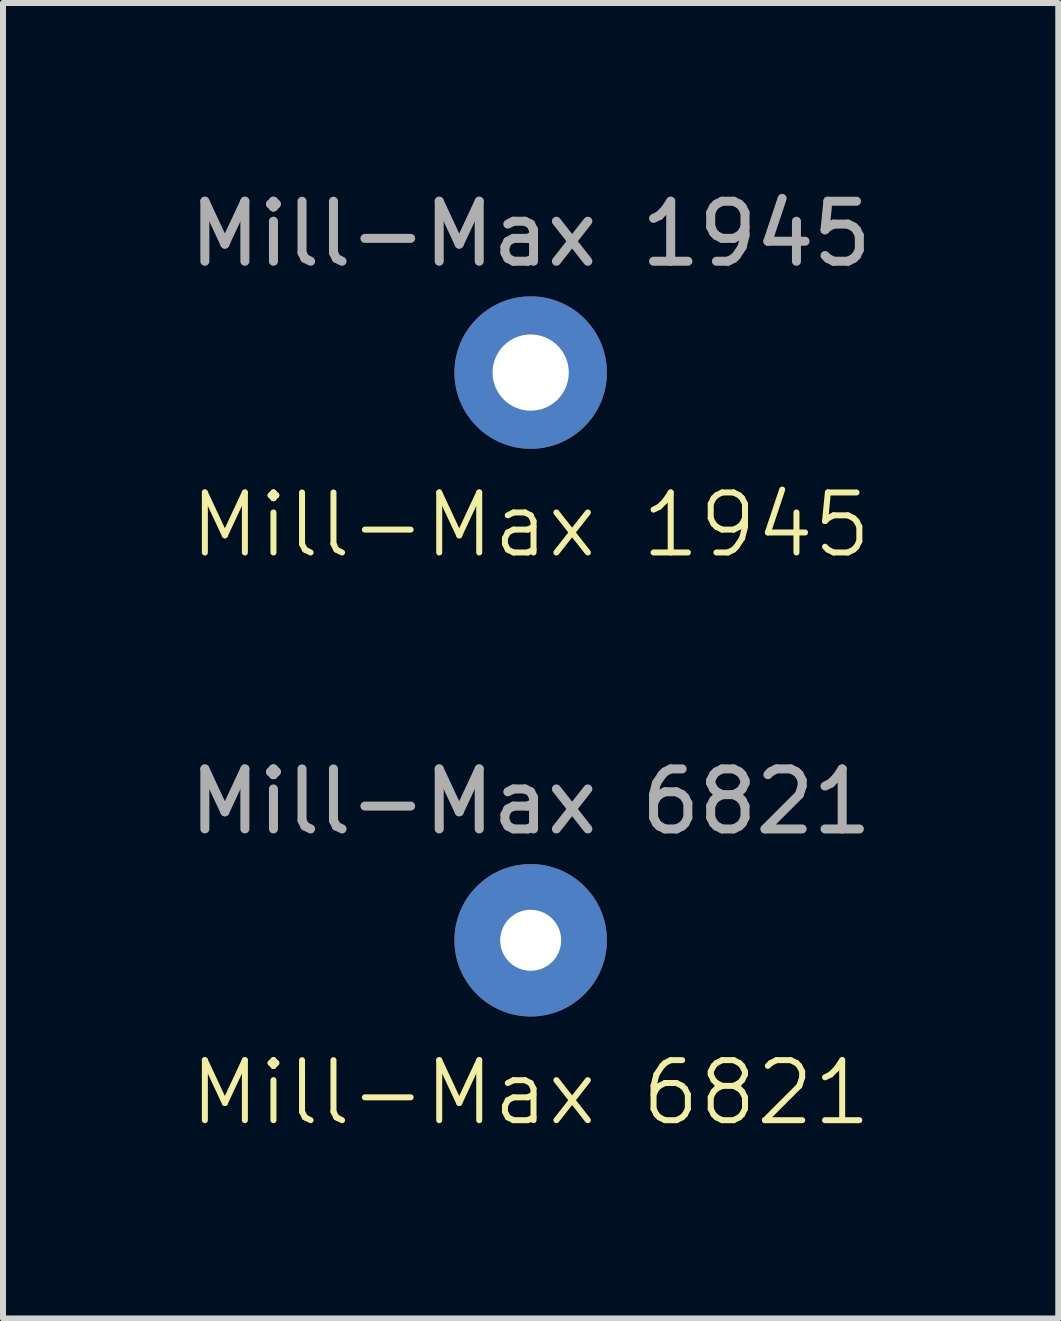
<source format=kicad_pcb>
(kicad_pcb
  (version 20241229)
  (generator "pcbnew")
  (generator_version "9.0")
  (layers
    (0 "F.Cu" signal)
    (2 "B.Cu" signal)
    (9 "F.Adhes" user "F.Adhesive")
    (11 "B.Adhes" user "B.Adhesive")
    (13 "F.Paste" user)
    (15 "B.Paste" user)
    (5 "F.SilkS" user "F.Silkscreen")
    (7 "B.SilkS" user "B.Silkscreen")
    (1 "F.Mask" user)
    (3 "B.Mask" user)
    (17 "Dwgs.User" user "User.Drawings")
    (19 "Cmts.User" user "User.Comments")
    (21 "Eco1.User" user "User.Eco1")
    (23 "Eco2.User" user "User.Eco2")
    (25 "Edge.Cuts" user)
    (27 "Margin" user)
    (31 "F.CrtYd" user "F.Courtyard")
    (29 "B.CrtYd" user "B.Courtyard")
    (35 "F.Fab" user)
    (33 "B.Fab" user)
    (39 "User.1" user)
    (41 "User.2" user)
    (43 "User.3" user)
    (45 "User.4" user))
  (footprint "Mill-Max 1945"
    (layer "F.Cu")
    (at 5.792 3.158)
    (property "Reference" "Mill-Max 1945" (at 0 2.54 0) (unlocked yes) (layer "F.SilkS") (effects (font (size 1 1) (thickness 0.1))))
    (attr through_hole)
    (fp_text user "${REFERENCE}" (at 0 -2.31 0) (unlocked yes) (layer "F.Fab") (effects (font (size 1 1) (thickness 0.15))))
    (pad "1" thru_hole circle (at 0 0) (size 2.54 2.54) (drill 1.27) (layers "*.Cu" "*.Mask")))
  (footprint "Mill-Max 6821"
    (layer "F.Cu")
    (at 5.792 12.617)
    (property "Reference" "Mill-Max 6821" (at 0 2.54 0) (unlocked yes) (layer "F.SilkS") (effects (font (size 1 1) (thickness 0.1))))
    (attr through_hole)
    (fp_text user "${REFERENCE}" (at 0 -2.31 0) (unlocked yes) (layer "F.Fab") (effects (font (size 1 1) (thickness 0.15))))
    (pad "1" thru_hole circle (at 0 0) (size 2.54 2.54) (drill 1.016) (layers "*.Cu" "*.Mask")))
  (gr_rect
    (start -3 -3)
    (end 14.583 18.918)
    (stroke (width 0.1) (type default))
    (fill no)
    (layer "Edge.Cuts")))
</source>
